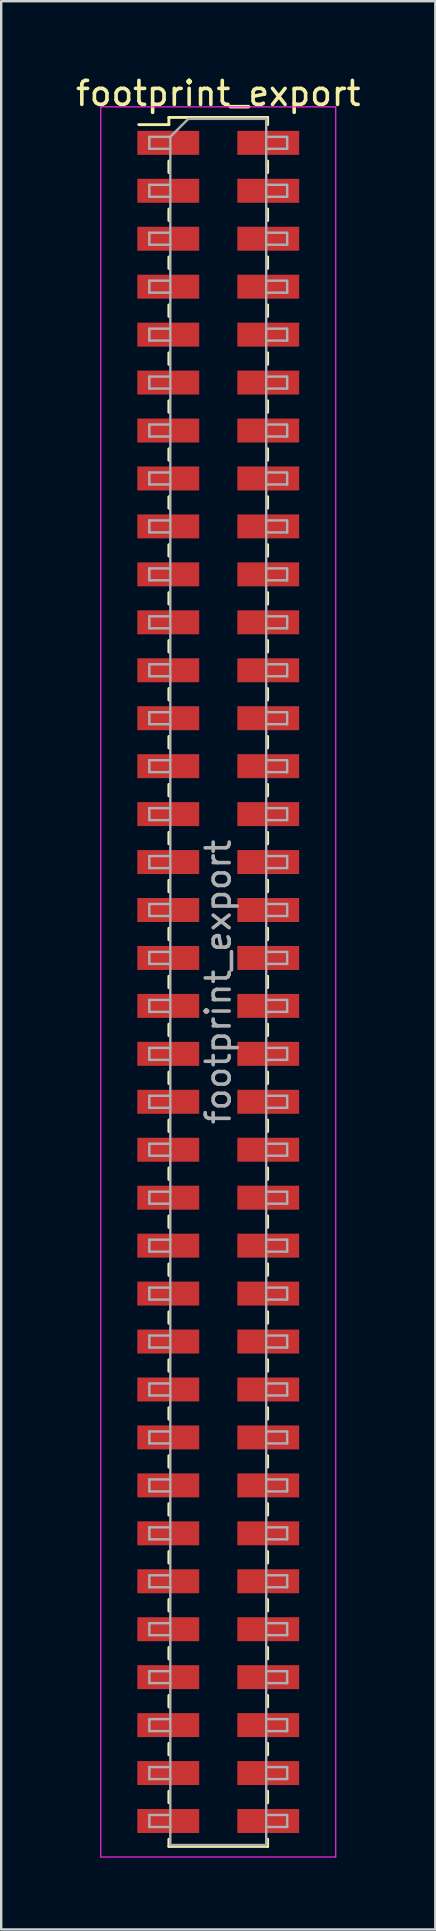
<source format=kicad_pcb>
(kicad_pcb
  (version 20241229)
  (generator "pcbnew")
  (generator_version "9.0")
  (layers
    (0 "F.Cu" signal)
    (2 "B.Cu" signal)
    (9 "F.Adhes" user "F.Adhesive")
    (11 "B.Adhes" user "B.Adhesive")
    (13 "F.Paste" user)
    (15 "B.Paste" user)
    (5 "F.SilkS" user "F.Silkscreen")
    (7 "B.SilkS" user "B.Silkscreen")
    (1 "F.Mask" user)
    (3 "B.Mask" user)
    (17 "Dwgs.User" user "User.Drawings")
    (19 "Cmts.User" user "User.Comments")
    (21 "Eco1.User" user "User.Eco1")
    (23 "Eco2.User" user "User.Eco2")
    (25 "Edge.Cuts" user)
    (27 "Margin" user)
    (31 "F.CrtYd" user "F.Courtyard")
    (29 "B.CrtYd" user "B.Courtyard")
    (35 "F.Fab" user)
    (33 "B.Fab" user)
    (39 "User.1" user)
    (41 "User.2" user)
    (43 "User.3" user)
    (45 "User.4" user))
  (footprint "footprint_export"
    (layer "F.Cu")
    (at 6.054 37.908)
    (property "Reference" "footprint_export" (at 0 -37.06 0) (layer "F.SilkS") (effects (font (size 1 1) (thickness 0.15))))
    (attr smd)
    (fp_line (start -3.315 -35.76) (end -2.06 -35.76) (stroke (width 0.12) (type solid)) (layer "F.SilkS"))
    (fp_line (start -2.06 -36.06) (end -2.06 -35.76) (stroke (width 0.12) (type solid)) (layer "F.SilkS"))
    (fp_line (start -2.06 -36.06) (end 2.06 -36.06) (stroke (width 0.12) (type solid)) (layer "F.SilkS"))
    (fp_line (start -2.06 -34.24) (end -2.06 -33.76) (stroke (width 0.12) (type solid)) (layer "F.SilkS"))
    (fp_line (start -2.06 -32.24) (end -2.06 -31.76) (stroke (width 0.12) (type solid)) (layer "F.SilkS"))
    (fp_line (start -2.06 -30.24) (end -2.06 -29.76) (stroke (width 0.12) (type solid)) (layer "F.SilkS"))
    (fp_line (start -2.06 -28.24) (end -2.06 -27.76) (stroke (width 0.12) (type solid)) (layer "F.SilkS"))
    (fp_line (start -2.06 -26.24) (end -2.06 -25.76) (stroke (width 0.12) (type solid)) (layer "F.SilkS"))
    (fp_line (start -2.06 -24.24) (end -2.06 -23.76) (stroke (width 0.12) (type solid)) (layer "F.SilkS"))
    (fp_line (start -2.06 -22.24) (end -2.06 -21.76) (stroke (width 0.12) (type solid)) (layer "F.SilkS"))
    (fp_line (start -2.06 -20.24) (end -2.06 -19.76) (stroke (width 0.12) (type solid)) (layer "F.SilkS"))
    (fp_line (start -2.06 -18.24) (end -2.06 -17.76) (stroke (width 0.12) (type solid)) (layer "F.SilkS"))
    (fp_line (start -2.06 -16.24) (end -2.06 -15.76) (stroke (width 0.12) (type solid)) (layer "F.SilkS"))
    (fp_line (start -2.06 -14.24) (end -2.06 -13.76) (stroke (width 0.12) (type solid)) (layer "F.SilkS"))
    (fp_line (start -2.06 -12.24) (end -2.06 -11.76) (stroke (width 0.12) (type solid)) (layer "F.SilkS"))
    (fp_line (start -2.06 -10.24) (end -2.06 -9.76) (stroke (width 0.12) (type solid)) (layer "F.SilkS"))
    (fp_line (start -2.06 -8.24) (end -2.06 -7.76) (stroke (width 0.12) (type solid)) (layer "F.SilkS"))
    (fp_line (start -2.06 -6.24) (end -2.06 -5.76) (stroke (width 0.12) (type solid)) (layer "F.SilkS"))
    (fp_line (start -2.06 -4.24) (end -2.06 -3.76) (stroke (width 0.12) (type solid)) (layer "F.SilkS"))
    (fp_line (start -2.06 -2.24) (end -2.06 -1.76) (stroke (width 0.12) (type solid)) (layer "F.SilkS"))
    (fp_line (start -2.06 -0.24) (end -2.06 0.24) (stroke (width 0.12) (type solid)) (layer "F.SilkS"))
    (fp_line (start -2.06 1.76) (end -2.06 2.24) (stroke (width 0.12) (type solid)) (layer "F.SilkS"))
    (fp_line (start -2.06 3.76) (end -2.06 4.24) (stroke (width 0.12) (type solid)) (layer "F.SilkS"))
    (fp_line (start -2.06 5.76) (end -2.06 6.24) (stroke (width 0.12) (type solid)) (layer "F.SilkS"))
    (fp_line (start -2.06 7.76) (end -2.06 8.24) (stroke (width 0.12) (type solid)) (layer "F.SilkS"))
    (fp_line (start -2.06 9.76) (end -2.06 10.24) (stroke (width 0.12) (type solid)) (layer "F.SilkS"))
    (fp_line (start -2.06 11.76) (end -2.06 12.24) (stroke (width 0.12) (type solid)) (layer "F.SilkS"))
    (fp_line (start -2.06 13.76) (end -2.06 14.24) (stroke (width 0.12) (type solid)) (layer "F.SilkS"))
    (fp_line (start -2.06 15.76) (end -2.06 16.24) (stroke (width 0.12) (type solid)) (layer "F.SilkS"))
    (fp_line (start -2.06 17.76) (end -2.06 18.24) (stroke (width 0.12) (type solid)) (layer "F.SilkS"))
    (fp_line (start -2.06 19.76) (end -2.06 20.24) (stroke (width 0.12) (type solid)) (layer "F.SilkS"))
    (fp_line (start -2.06 21.76) (end -2.06 22.24) (stroke (width 0.12) (type solid)) (layer "F.SilkS"))
    (fp_line (start -2.06 23.76) (end -2.06 24.24) (stroke (width 0.12) (type solid)) (layer "F.SilkS"))
    (fp_line (start -2.06 25.76) (end -2.06 26.24) (stroke (width 0.12) (type solid)) (layer "F.SilkS"))
    (fp_line (start -2.06 27.76) (end -2.06 28.24) (stroke (width 0.12) (type solid)) (layer "F.SilkS"))
    (fp_line (start -2.06 29.76) (end -2.06 30.24) (stroke (width 0.12) (type solid)) (layer "F.SilkS"))
    (fp_line (start -2.06 31.76) (end -2.06 32.24) (stroke (width 0.12) (type solid)) (layer "F.SilkS"))
    (fp_line (start -2.06 33.76) (end -2.06 34.24) (stroke (width 0.12) (type solid)) (layer "F.SilkS"))
    (fp_line (start -2.06 35.76) (end -2.06 36.06) (stroke (width 0.12) (type solid)) (layer "F.SilkS"))
    (fp_line (start -2.06 36.06) (end 2.06 36.06) (stroke (width 0.12) (type solid)) (layer "F.SilkS"))
    (fp_line (start 2.06 -36.06) (end 2.06 -35.76) (stroke (width 0.12) (type solid)) (layer "F.SilkS"))
    (fp_line (start 2.06 -34.24) (end 2.06 -33.76) (stroke (width 0.12) (type solid)) (layer "F.SilkS"))
    (fp_line (start 2.06 -32.24) (end 2.06 -31.76) (stroke (width 0.12) (type solid)) (layer "F.SilkS"))
    (fp_line (start 2.06 -30.24) (end 2.06 -29.76) (stroke (width 0.12) (type solid)) (layer "F.SilkS"))
    (fp_line (start 2.06 -28.24) (end 2.06 -27.76) (stroke (width 0.12) (type solid)) (layer "F.SilkS"))
    (fp_line (start 2.06 -26.24) (end 2.06 -25.76) (stroke (width 0.12) (type solid)) (layer "F.SilkS"))
    (fp_line (start 2.06 -24.24) (end 2.06 -23.76) (stroke (width 0.12) (type solid)) (layer "F.SilkS"))
    (fp_line (start 2.06 -22.24) (end 2.06 -21.76) (stroke (width 0.12) (type solid)) (layer "F.SilkS"))
    (fp_line (start 2.06 -20.24) (end 2.06 -19.76) (stroke (width 0.12) (type solid)) (layer "F.SilkS"))
    (fp_line (start 2.06 -18.24) (end 2.06 -17.76) (stroke (width 0.12) (type solid)) (layer "F.SilkS"))
    (fp_line (start 2.06 -16.24) (end 2.06 -15.76) (stroke (width 0.12) (type solid)) (layer "F.SilkS"))
    (fp_line (start 2.06 -14.24) (end 2.06 -13.76) (stroke (width 0.12) (type solid)) (layer "F.SilkS"))
    (fp_line (start 2.06 -12.24) (end 2.06 -11.76) (stroke (width 0.12) (type solid)) (layer "F.SilkS"))
    (fp_line (start 2.06 -10.24) (end 2.06 -9.76) (stroke (width 0.12) (type solid)) (layer "F.SilkS"))
    (fp_line (start 2.06 -8.24) (end 2.06 -7.76) (stroke (width 0.12) (type solid)) (layer "F.SilkS"))
    (fp_line (start 2.06 -6.24) (end 2.06 -5.76) (stroke (width 0.12) (type solid)) (layer "F.SilkS"))
    (fp_line (start 2.06 -4.24) (end 2.06 -3.76) (stroke (width 0.12) (type solid)) (layer "F.SilkS"))
    (fp_line (start 2.06 -2.24) (end 2.06 -1.76) (stroke (width 0.12) (type solid)) (layer "F.SilkS"))
    (fp_line (start 2.06 -0.24) (end 2.06 0.24) (stroke (width 0.12) (type solid)) (layer "F.SilkS"))
    (fp_line (start 2.06 1.76) (end 2.06 2.24) (stroke (width 0.12) (type solid)) (layer "F.SilkS"))
    (fp_line (start 2.06 3.76) (end 2.06 4.24) (stroke (width 0.12) (type solid)) (layer "F.SilkS"))
    (fp_line (start 2.06 5.76) (end 2.06 6.24) (stroke (width 0.12) (type solid)) (layer "F.SilkS"))
    (fp_line (start 2.06 7.76) (end 2.06 8.24) (stroke (width 0.12) (type solid)) (layer "F.SilkS"))
    (fp_line (start 2.06 9.76) (end 2.06 10.24) (stroke (width 0.12) (type solid)) (layer "F.SilkS"))
    (fp_line (start 2.06 11.76) (end 2.06 12.24) (stroke (width 0.12) (type solid)) (layer "F.SilkS"))
    (fp_line (start 2.06 13.76) (end 2.06 14.24) (stroke (width 0.12) (type solid)) (layer "F.SilkS"))
    (fp_line (start 2.06 15.76) (end 2.06 16.24) (stroke (width 0.12) (type solid)) (layer "F.SilkS"))
    (fp_line (start 2.06 17.76) (end 2.06 18.24) (stroke (width 0.12) (type solid)) (layer "F.SilkS"))
    (fp_line (start 2.06 19.76) (end 2.06 20.24) (stroke (width 0.12) (type solid)) (layer "F.SilkS"))
    (fp_line (start 2.06 21.76) (end 2.06 22.24) (stroke (width 0.12) (type solid)) (layer "F.SilkS"))
    (fp_line (start 2.06 23.76) (end 2.06 24.24) (stroke (width 0.12) (type solid)) (layer "F.SilkS"))
    (fp_line (start 2.06 25.76) (end 2.06 26.24) (stroke (width 0.12) (type solid)) (layer "F.SilkS"))
    (fp_line (start 2.06 27.76) (end 2.06 28.24) (stroke (width 0.12) (type solid)) (layer "F.SilkS"))
    (fp_line (start 2.06 29.76) (end 2.06 30.24) (stroke (width 0.12) (type solid)) (layer "F.SilkS"))
    (fp_line (start 2.06 31.76) (end 2.06 32.24) (stroke (width 0.12) (type solid)) (layer "F.SilkS"))
    (fp_line (start 2.06 33.76) (end 2.06 34.24) (stroke (width 0.12) (type solid)) (layer "F.SilkS"))
    (fp_line (start 2.06 35.76) (end 2.06 36.06) (stroke (width 0.12) (type solid)) (layer "F.SilkS"))
    (fp_line (start -4.9 -36.5) (end -4.9 36.5) (stroke (width 0.05) (type solid)) (layer "F.CrtYd"))
    (fp_line (start -4.9 36.5) (end 4.9 36.5) (stroke (width 0.05) (type solid)) (layer "F.CrtYd"))
    (fp_line (start 4.9 -36.5) (end -4.9 -36.5) (stroke (width 0.05) (type solid)) (layer "F.CrtYd"))
    (fp_line (start 4.9 36.5) (end 4.9 -36.5) (stroke (width 0.05) (type solid)) (layer "F.CrtYd"))
    (fp_line (start -2.875 -35.25) (end -2.875 -34.75) (stroke (width 0.1) (type solid)) (layer "F.Fab"))
    (fp_line (start -2.875 -34.75) (end -2 -34.75) (stroke (width 0.1) (type solid)) (layer "F.Fab"))
    (fp_line (start -2.875 -33.25) (end -2.875 -32.75) (stroke (width 0.1) (type solid)) (layer "F.Fab"))
    (fp_line (start -2.875 -32.75) (end -2 -32.75) (stroke (width 0.1) (type solid)) (layer "F.Fab"))
    (fp_line (start -2.875 -31.25) (end -2.875 -30.75) (stroke (width 0.1) (type solid)) (layer "F.Fab"))
    (fp_line (start -2.875 -30.75) (end -2 -30.75) (stroke (width 0.1) (type solid)) (layer "F.Fab"))
    (fp_line (start -2.875 -29.25) (end -2.875 -28.75) (stroke (width 0.1) (type solid)) (layer "F.Fab"))
    (fp_line (start -2.875 -28.75) (end -2 -28.75) (stroke (width 0.1) (type solid)) (layer "F.Fab"))
    (fp_line (start -2.875 -27.25) (end -2.875 -26.75) (stroke (width 0.1) (type solid)) (layer "F.Fab"))
    (fp_line (start -2.875 -26.75) (end -2 -26.75) (stroke (width 0.1) (type solid)) (layer "F.Fab"))
    (fp_line (start -2.875 -25.25) (end -2.875 -24.75) (stroke (width 0.1) (type solid)) (layer "F.Fab"))
    (fp_line (start -2.875 -24.75) (end -2 -24.75) (stroke (width 0.1) (type solid)) (layer "F.Fab"))
    (fp_line (start -2.875 -23.25) (end -2.875 -22.75) (stroke (width 0.1) (type solid)) (layer "F.Fab"))
    (fp_line (start -2.875 -22.75) (end -2 -22.75) (stroke (width 0.1) (type solid)) (layer "F.Fab"))
    (fp_line (start -2.875 -21.25) (end -2.875 -20.75) (stroke (width 0.1) (type solid)) (layer "F.Fab"))
    (fp_line (start -2.875 -20.75) (end -2 -20.75) (stroke (width 0.1) (type solid)) (layer "F.Fab"))
    (fp_line (start -2.875 -19.25) (end -2.875 -18.75) (stroke (width 0.1) (type solid)) (layer "F.Fab"))
    (fp_line (start -2.875 -18.75) (end -2 -18.75) (stroke (width 0.1) (type solid)) (layer "F.Fab"))
    (fp_line (start -2.875 -17.25) (end -2.875 -16.75) (stroke (width 0.1) (type solid)) (layer "F.Fab"))
    (fp_line (start -2.875 -16.75) (end -2 -16.75) (stroke (width 0.1) (type solid)) (layer "F.Fab"))
    (fp_line (start -2.875 -15.25) (end -2.875 -14.75) (stroke (width 0.1) (type solid)) (layer "F.Fab"))
    (fp_line (start -2.875 -14.75) (end -2 -14.75) (stroke (width 0.1) (type solid)) (layer "F.Fab"))
    (fp_line (start -2.875 -13.25) (end -2.875 -12.75) (stroke (width 0.1) (type solid)) (layer "F.Fab"))
    (fp_line (start -2.875 -12.75) (end -2 -12.75) (stroke (width 0.1) (type solid)) (layer "F.Fab"))
    (fp_line (start -2.875 -11.25) (end -2.875 -10.75) (stroke (width 0.1) (type solid)) (layer "F.Fab"))
    (fp_line (start -2.875 -10.75) (end -2 -10.75) (stroke (width 0.1) (type solid)) (layer "F.Fab"))
    (fp_line (start -2.875 -9.25) (end -2.875 -8.75) (stroke (width 0.1) (type solid)) (layer "F.Fab"))
    (fp_line (start -2.875 -8.75) (end -2 -8.75) (stroke (width 0.1) (type solid)) (layer "F.Fab"))
    (fp_line (start -2.875 -7.25) (end -2.875 -6.75) (stroke (width 0.1) (type solid)) (layer "F.Fab"))
    (fp_line (start -2.875 -6.75) (end -2 -6.75) (stroke (width 0.1) (type solid)) (layer "F.Fab"))
    (fp_line (start -2.875 -5.25) (end -2.875 -4.75) (stroke (width 0.1) (type solid)) (layer "F.Fab"))
    (fp_line (start -2.875 -4.75) (end -2 -4.75) (stroke (width 0.1) (type solid)) (layer "F.Fab"))
    (fp_line (start -2.875 -3.25) (end -2.875 -2.75) (stroke (width 0.1) (type solid)) (layer "F.Fab"))
    (fp_line (start -2.875 -2.75) (end -2 -2.75) (stroke (width 0.1) (type solid)) (layer "F.Fab"))
    (fp_line (start -2.875 -1.25) (end -2.875 -0.75) (stroke (width 0.1) (type solid)) (layer "F.Fab"))
    (fp_line (start -2.875 -0.75) (end -2 -0.75) (stroke (width 0.1) (type solid)) (layer "F.Fab"))
    (fp_line (start -2.875 0.75) (end -2.875 1.25) (stroke (width 0.1) (type solid)) (layer "F.Fab"))
    (fp_line (start -2.875 1.25) (end -2 1.25) (stroke (width 0.1) (type solid)) (layer "F.Fab"))
    (fp_line (start -2.875 2.75) (end -2.875 3.25) (stroke (width 0.1) (type solid)) (layer "F.Fab"))
    (fp_line (start -2.875 3.25) (end -2 3.25) (stroke (width 0.1) (type solid)) (layer "F.Fab"))
    (fp_line (start -2.875 4.75) (end -2.875 5.25) (stroke (width 0.1) (type solid)) (layer "F.Fab"))
    (fp_line (start -2.875 5.25) (end -2 5.25) (stroke (width 0.1) (type solid)) (layer "F.Fab"))
    (fp_line (start -2.875 6.75) (end -2.875 7.25) (stroke (width 0.1) (type solid)) (layer "F.Fab"))
    (fp_line (start -2.875 7.25) (end -2 7.25) (stroke (width 0.1) (type solid)) (layer "F.Fab"))
    (fp_line (start -2.875 8.75) (end -2.875 9.25) (stroke (width 0.1) (type solid)) (layer "F.Fab"))
    (fp_line (start -2.875 9.25) (end -2 9.25) (stroke (width 0.1) (type solid)) (layer "F.Fab"))
    (fp_line (start -2.875 10.75) (end -2.875 11.25) (stroke (width 0.1) (type solid)) (layer "F.Fab"))
    (fp_line (start -2.875 11.25) (end -2 11.25) (stroke (width 0.1) (type solid)) (layer "F.Fab"))
    (fp_line (start -2.875 12.75) (end -2.875 13.25) (stroke (width 0.1) (type solid)) (layer "F.Fab"))
    (fp_line (start -2.875 13.25) (end -2 13.25) (stroke (width 0.1) (type solid)) (layer "F.Fab"))
    (fp_line (start -2.875 14.75) (end -2.875 15.25) (stroke (width 0.1) (type solid)) (layer "F.Fab"))
    (fp_line (start -2.875 15.25) (end -2 15.25) (stroke (width 0.1) (type solid)) (layer "F.Fab"))
    (fp_line (start -2.875 16.75) (end -2.875 17.25) (stroke (width 0.1) (type solid)) (layer "F.Fab"))
    (fp_line (start -2.875 17.25) (end -2 17.25) (stroke (width 0.1) (type solid)) (layer "F.Fab"))
    (fp_line (start -2.875 18.75) (end -2.875 19.25) (stroke (width 0.1) (type solid)) (layer "F.Fab"))
    (fp_line (start -2.875 19.25) (end -2 19.25) (stroke (width 0.1) (type solid)) (layer "F.Fab"))
    (fp_line (start -2.875 20.75) (end -2.875 21.25) (stroke (width 0.1) (type solid)) (layer "F.Fab"))
    (fp_line (start -2.875 21.25) (end -2 21.25) (stroke (width 0.1) (type solid)) (layer "F.Fab"))
    (fp_line (start -2.875 22.75) (end -2.875 23.25) (stroke (width 0.1) (type solid)) (layer "F.Fab"))
    (fp_line (start -2.875 23.25) (end -2 23.25) (stroke (width 0.1) (type solid)) (layer "F.Fab"))
    (fp_line (start -2.875 24.75) (end -2.875 25.25) (stroke (width 0.1) (type solid)) (layer "F.Fab"))
    (fp_line (start -2.875 25.25) (end -2 25.25) (stroke (width 0.1) (type solid)) (layer "F.Fab"))
    (fp_line (start -2.875 26.75) (end -2.875 27.25) (stroke (width 0.1) (type solid)) (layer "F.Fab"))
    (fp_line (start -2.875 27.25) (end -2 27.25) (stroke (width 0.1) (type solid)) (layer "F.Fab"))
    (fp_line (start -2.875 28.75) (end -2.875 29.25) (stroke (width 0.1) (type solid)) (layer "F.Fab"))
    (fp_line (start -2.875 29.25) (end -2 29.25) (stroke (width 0.1) (type solid)) (layer "F.Fab"))
    (fp_line (start -2.875 30.75) (end -2.875 31.25) (stroke (width 0.1) (type solid)) (layer "F.Fab"))
    (fp_line (start -2.875 31.25) (end -2 31.25) (stroke (width 0.1) (type solid)) (layer "F.Fab"))
    (fp_line (start -2.875 32.75) (end -2.875 33.25) (stroke (width 0.1) (type solid)) (layer "F.Fab"))
    (fp_line (start -2.875 33.25) (end -2 33.25) (stroke (width 0.1) (type solid)) (layer "F.Fab"))
    (fp_line (start -2.875 34.75) (end -2.875 35.25) (stroke (width 0.1) (type solid)) (layer "F.Fab"))
    (fp_line (start -2.875 35.25) (end -2 35.25) (stroke (width 0.1) (type solid)) (layer "F.Fab"))
    (fp_line (start -2 -35.25) (end -2.875 -35.25) (stroke (width 0.1) (type solid)) (layer "F.Fab"))
    (fp_line (start -2 -35.25) (end -1.25 -36) (stroke (width 0.1) (type solid)) (layer "F.Fab"))
    (fp_line (start -2 -33.25) (end -2.875 -33.25) (stroke (width 0.1) (type solid)) (layer "F.Fab"))
    (fp_line (start -2 -31.25) (end -2.875 -31.25) (stroke (width 0.1) (type solid)) (layer "F.Fab"))
    (fp_line (start -2 -29.25) (end -2.875 -29.25) (stroke (width 0.1) (type solid)) (layer "F.Fab"))
    (fp_line (start -2 -27.25) (end -2.875 -27.25) (stroke (width 0.1) (type solid)) (layer "F.Fab"))
    (fp_line (start -2 -25.25) (end -2.875 -25.25) (stroke (width 0.1) (type solid)) (layer "F.Fab"))
    (fp_line (start -2 -23.25) (end -2.875 -23.25) (stroke (width 0.1) (type solid)) (layer "F.Fab"))
    (fp_line (start -2 -21.25) (end -2.875 -21.25) (stroke (width 0.1) (type solid)) (layer "F.Fab"))
    (fp_line (start -2 -19.25) (end -2.875 -19.25) (stroke (width 0.1) (type solid)) (layer "F.Fab"))
    (fp_line (start -2 -17.25) (end -2.875 -17.25) (stroke (width 0.1) (type solid)) (layer "F.Fab"))
    (fp_line (start -2 -15.25) (end -2.875 -15.25) (stroke (width 0.1) (type solid)) (layer "F.Fab"))
    (fp_line (start -2 -13.25) (end -2.875 -13.25) (stroke (width 0.1) (type solid)) (layer "F.Fab"))
    (fp_line (start -2 -11.25) (end -2.875 -11.25) (stroke (width 0.1) (type solid)) (layer "F.Fab"))
    (fp_line (start -2 -9.25) (end -2.875 -9.25) (stroke (width 0.1) (type solid)) (layer "F.Fab"))
    (fp_line (start -2 -7.25) (end -2.875 -7.25) (stroke (width 0.1) (type solid)) (layer "F.Fab"))
    (fp_line (start -2 -5.25) (end -2.875 -5.25) (stroke (width 0.1) (type solid)) (layer "F.Fab"))
    (fp_line (start -2 -3.25) (end -2.875 -3.25) (stroke (width 0.1) (type solid)) (layer "F.Fab"))
    (fp_line (start -2 -1.25) (end -2.875 -1.25) (stroke (width 0.1) (type solid)) (layer "F.Fab"))
    (fp_line (start -2 0.75) (end -2.875 0.75) (stroke (width 0.1) (type solid)) (layer "F.Fab"))
    (fp_line (start -2 2.75) (end -2.875 2.75) (stroke (width 0.1) (type solid)) (layer "F.Fab"))
    (fp_line (start -2 4.75) (end -2.875 4.75) (stroke (width 0.1) (type solid)) (layer "F.Fab"))
    (fp_line (start -2 6.75) (end -2.875 6.75) (stroke (width 0.1) (type solid)) (layer "F.Fab"))
    (fp_line (start -2 8.75) (end -2.875 8.75) (stroke (width 0.1) (type solid)) (layer "F.Fab"))
    (fp_line (start -2 10.75) (end -2.875 10.75) (stroke (width 0.1) (type solid)) (layer "F.Fab"))
    (fp_line (start -2 12.75) (end -2.875 12.75) (stroke (width 0.1) (type solid)) (layer "F.Fab"))
    (fp_line (start -2 14.75) (end -2.875 14.75) (stroke (width 0.1) (type solid)) (layer "F.Fab"))
    (fp_line (start -2 16.75) (end -2.875 16.75) (stroke (width 0.1) (type solid)) (layer "F.Fab"))
    (fp_line (start -2 18.75) (end -2.875 18.75) (stroke (width 0.1) (type solid)) (layer "F.Fab"))
    (fp_line (start -2 20.75) (end -2.875 20.75) (stroke (width 0.1) (type solid)) (layer "F.Fab"))
    (fp_line (start -2 22.75) (end -2.875 22.75) (stroke (width 0.1) (type solid)) (layer "F.Fab"))
    (fp_line (start -2 24.75) (end -2.875 24.75) (stroke (width 0.1) (type solid)) (layer "F.Fab"))
    (fp_line (start -2 26.75) (end -2.875 26.75) (stroke (width 0.1) (type solid)) (layer "F.Fab"))
    (fp_line (start -2 28.75) (end -2.875 28.75) (stroke (width 0.1) (type solid)) (layer "F.Fab"))
    (fp_line (start -2 30.75) (end -2.875 30.75) (stroke (width 0.1) (type solid)) (layer "F.Fab"))
    (fp_line (start -2 32.75) (end -2.875 32.75) (stroke (width 0.1) (type solid)) (layer "F.Fab"))
    (fp_line (start -2 34.75) (end -2.875 34.75) (stroke (width 0.1) (type solid)) (layer "F.Fab"))
    (fp_line (start -2 36) (end -2 -35.25) (stroke (width 0.1) (type solid)) (layer "F.Fab"))
    (fp_line (start -1.25 -36) (end 2 -36) (stroke (width 0.1) (type solid)) (layer "F.Fab"))
    (fp_line (start 2 -36) (end 2 36) (stroke (width 0.1) (type solid)) (layer "F.Fab"))
    (fp_line (start 2 -35.25) (end 2.875 -35.25) (stroke (width 0.1) (type solid)) (layer "F.Fab"))
    (fp_line (start 2 -33.25) (end 2.875 -33.25) (stroke (width 0.1) (type solid)) (layer "F.Fab"))
    (fp_line (start 2 -31.25) (end 2.875 -31.25) (stroke (width 0.1) (type solid)) (layer "F.Fab"))
    (fp_line (start 2 -29.25) (end 2.875 -29.25) (stroke (width 0.1) (type solid)) (layer "F.Fab"))
    (fp_line (start 2 -27.25) (end 2.875 -27.25) (stroke (width 0.1) (type solid)) (layer "F.Fab"))
    (fp_line (start 2 -25.25) (end 2.875 -25.25) (stroke (width 0.1) (type solid)) (layer "F.Fab"))
    (fp_line (start 2 -23.25) (end 2.875 -23.25) (stroke (width 0.1) (type solid)) (layer "F.Fab"))
    (fp_line (start 2 -21.25) (end 2.875 -21.25) (stroke (width 0.1) (type solid)) (layer "F.Fab"))
    (fp_line (start 2 -19.25) (end 2.875 -19.25) (stroke (width 0.1) (type solid)) (layer "F.Fab"))
    (fp_line (start 2 -17.25) (end 2.875 -17.25) (stroke (width 0.1) (type solid)) (layer "F.Fab"))
    (fp_line (start 2 -15.25) (end 2.875 -15.25) (stroke (width 0.1) (type solid)) (layer "F.Fab"))
    (fp_line (start 2 -13.25) (end 2.875 -13.25) (stroke (width 0.1) (type solid)) (layer "F.Fab"))
    (fp_line (start 2 -11.25) (end 2.875 -11.25) (stroke (width 0.1) (type solid)) (layer "F.Fab"))
    (fp_line (start 2 -9.25) (end 2.875 -9.25) (stroke (width 0.1) (type solid)) (layer "F.Fab"))
    (fp_line (start 2 -7.25) (end 2.875 -7.25) (stroke (width 0.1) (type solid)) (layer "F.Fab"))
    (fp_line (start 2 -5.25) (end 2.875 -5.25) (stroke (width 0.1) (type solid)) (layer "F.Fab"))
    (fp_line (start 2 -3.25) (end 2.875 -3.25) (stroke (width 0.1) (type solid)) (layer "F.Fab"))
    (fp_line (start 2 -1.25) (end 2.875 -1.25) (stroke (width 0.1) (type solid)) (layer "F.Fab"))
    (fp_line (start 2 0.75) (end 2.875 0.75) (stroke (width 0.1) (type solid)) (layer "F.Fab"))
    (fp_line (start 2 2.75) (end 2.875 2.75) (stroke (width 0.1) (type solid)) (layer "F.Fab"))
    (fp_line (start 2 4.75) (end 2.875 4.75) (stroke (width 0.1) (type solid)) (layer "F.Fab"))
    (fp_line (start 2 6.75) (end 2.875 6.75) (stroke (width 0.1) (type solid)) (layer "F.Fab"))
    (fp_line (start 2 8.75) (end 2.875 8.75) (stroke (width 0.1) (type solid)) (layer "F.Fab"))
    (fp_line (start 2 10.75) (end 2.875 10.75) (stroke (width 0.1) (type solid)) (layer "F.Fab"))
    (fp_line (start 2 12.75) (end 2.875 12.75) (stroke (width 0.1) (type solid)) (layer "F.Fab"))
    (fp_line (start 2 14.75) (end 2.875 14.75) (stroke (width 0.1) (type solid)) (layer "F.Fab"))
    (fp_line (start 2 16.75) (end 2.875 16.75) (stroke (width 0.1) (type solid)) (layer "F.Fab"))
    (fp_line (start 2 18.75) (end 2.875 18.75) (stroke (width 0.1) (type solid)) (layer "F.Fab"))
    (fp_line (start 2 20.75) (end 2.875 20.75) (stroke (width 0.1) (type solid)) (layer "F.Fab"))
    (fp_line (start 2 22.75) (end 2.875 22.75) (stroke (width 0.1) (type solid)) (layer "F.Fab"))
    (fp_line (start 2 24.75) (end 2.875 24.75) (stroke (width 0.1) (type solid)) (layer "F.Fab"))
    (fp_line (start 2 26.75) (end 2.875 26.75) (stroke (width 0.1) (type solid)) (layer "F.Fab"))
    (fp_line (start 2 28.75) (end 2.875 28.75) (stroke (width 0.1) (type solid)) (layer "F.Fab"))
    (fp_line (start 2 30.75) (end 2.875 30.75) (stroke (width 0.1) (type solid)) (layer "F.Fab"))
    (fp_line (start 2 32.75) (end 2.875 32.75) (stroke (width 0.1) (type solid)) (layer "F.Fab"))
    (fp_line (start 2 34.75) (end 2.875 34.75) (stroke (width 0.1) (type solid)) (layer "F.Fab"))
    (fp_line (start 2 36) (end -2 36) (stroke (width 0.1) (type solid)) (layer "F.Fab"))
    (fp_line (start 2.875 -35.25) (end 2.875 -34.75) (stroke (width 0.1) (type solid)) (layer "F.Fab"))
    (fp_line (start 2.875 -34.75) (end 2 -34.75) (stroke (width 0.1) (type solid)) (layer "F.Fab"))
    (fp_line (start 2.875 -33.25) (end 2.875 -32.75) (stroke (width 0.1) (type solid)) (layer "F.Fab"))
    (fp_line (start 2.875 -32.75) (end 2 -32.75) (stroke (width 0.1) (type solid)) (layer "F.Fab"))
    (fp_line (start 2.875 -31.25) (end 2.875 -30.75) (stroke (width 0.1) (type solid)) (layer "F.Fab"))
    (fp_line (start 2.875 -30.75) (end 2 -30.75) (stroke (width 0.1) (type solid)) (layer "F.Fab"))
    (fp_line (start 2.875 -29.25) (end 2.875 -28.75) (stroke (width 0.1) (type solid)) (layer "F.Fab"))
    (fp_line (start 2.875 -28.75) (end 2 -28.75) (stroke (width 0.1) (type solid)) (layer "F.Fab"))
    (fp_line (start 2.875 -27.25) (end 2.875 -26.75) (stroke (width 0.1) (type solid)) (layer "F.Fab"))
    (fp_line (start 2.875 -26.75) (end 2 -26.75) (stroke (width 0.1) (type solid)) (layer "F.Fab"))
    (fp_line (start 2.875 -25.25) (end 2.875 -24.75) (stroke (width 0.1) (type solid)) (layer "F.Fab"))
    (fp_line (start 2.875 -24.75) (end 2 -24.75) (stroke (width 0.1) (type solid)) (layer "F.Fab"))
    (fp_line (start 2.875 -23.25) (end 2.875 -22.75) (stroke (width 0.1) (type solid)) (layer "F.Fab"))
    (fp_line (start 2.875 -22.75) (end 2 -22.75) (stroke (width 0.1) (type solid)) (layer "F.Fab"))
    (fp_line (start 2.875 -21.25) (end 2.875 -20.75) (stroke (width 0.1) (type solid)) (layer "F.Fab"))
    (fp_line (start 2.875 -20.75) (end 2 -20.75) (stroke (width 0.1) (type solid)) (layer "F.Fab"))
    (fp_line (start 2.875 -19.25) (end 2.875 -18.75) (stroke (width 0.1) (type solid)) (layer "F.Fab"))
    (fp_line (start 2.875 -18.75) (end 2 -18.75) (stroke (width 0.1) (type solid)) (layer "F.Fab"))
    (fp_line (start 2.875 -17.25) (end 2.875 -16.75) (stroke (width 0.1) (type solid)) (layer "F.Fab"))
    (fp_line (start 2.875 -16.75) (end 2 -16.75) (stroke (width 0.1) (type solid)) (layer "F.Fab"))
    (fp_line (start 2.875 -15.25) (end 2.875 -14.75) (stroke (width 0.1) (type solid)) (layer "F.Fab"))
    (fp_line (start 2.875 -14.75) (end 2 -14.75) (stroke (width 0.1) (type solid)) (layer "F.Fab"))
    (fp_line (start 2.875 -13.25) (end 2.875 -12.75) (stroke (width 0.1) (type solid)) (layer "F.Fab"))
    (fp_line (start 2.875 -12.75) (end 2 -12.75) (stroke (width 0.1) (type solid)) (layer "F.Fab"))
    (fp_line (start 2.875 -11.25) (end 2.875 -10.75) (stroke (width 0.1) (type solid)) (layer "F.Fab"))
    (fp_line (start 2.875 -10.75) (end 2 -10.75) (stroke (width 0.1) (type solid)) (layer "F.Fab"))
    (fp_line (start 2.875 -9.25) (end 2.875 -8.75) (stroke (width 0.1) (type solid)) (layer "F.Fab"))
    (fp_line (start 2.875 -8.75) (end 2 -8.75) (stroke (width 0.1) (type solid)) (layer "F.Fab"))
    (fp_line (start 2.875 -7.25) (end 2.875 -6.75) (stroke (width 0.1) (type solid)) (layer "F.Fab"))
    (fp_line (start 2.875 -6.75) (end 2 -6.75) (stroke (width 0.1) (type solid)) (layer "F.Fab"))
    (fp_line (start 2.875 -5.25) (end 2.875 -4.75) (stroke (width 0.1) (type solid)) (layer "F.Fab"))
    (fp_line (start 2.875 -4.75) (end 2 -4.75) (stroke (width 0.1) (type solid)) (layer "F.Fab"))
    (fp_line (start 2.875 -3.25) (end 2.875 -2.75) (stroke (width 0.1) (type solid)) (layer "F.Fab"))
    (fp_line (start 2.875 -2.75) (end 2 -2.75) (stroke (width 0.1) (type solid)) (layer "F.Fab"))
    (fp_line (start 2.875 -1.25) (end 2.875 -0.75) (stroke (width 0.1) (type solid)) (layer "F.Fab"))
    (fp_line (start 2.875 -0.75) (end 2 -0.75) (stroke (width 0.1) (type solid)) (layer "F.Fab"))
    (fp_line (start 2.875 0.75) (end 2.875 1.25) (stroke (width 0.1) (type solid)) (layer "F.Fab"))
    (fp_line (start 2.875 1.25) (end 2 1.25) (stroke (width 0.1) (type solid)) (layer "F.Fab"))
    (fp_line (start 2.875 2.75) (end 2.875 3.25) (stroke (width 0.1) (type solid)) (layer "F.Fab"))
    (fp_line (start 2.875 3.25) (end 2 3.25) (stroke (width 0.1) (type solid)) (layer "F.Fab"))
    (fp_line (start 2.875 4.75) (end 2.875 5.25) (stroke (width 0.1) (type solid)) (layer "F.Fab"))
    (fp_line (start 2.875 5.25) (end 2 5.25) (stroke (width 0.1) (type solid)) (layer "F.Fab"))
    (fp_line (start 2.875 6.75) (end 2.875 7.25) (stroke (width 0.1) (type solid)) (layer "F.Fab"))
    (fp_line (start 2.875 7.25) (end 2 7.25) (stroke (width 0.1) (type solid)) (layer "F.Fab"))
    (fp_line (start 2.875 8.75) (end 2.875 9.25) (stroke (width 0.1) (type solid)) (layer "F.Fab"))
    (fp_line (start 2.875 9.25) (end 2 9.25) (stroke (width 0.1) (type solid)) (layer "F.Fab"))
    (fp_line (start 2.875 10.75) (end 2.875 11.25) (stroke (width 0.1) (type solid)) (layer "F.Fab"))
    (fp_line (start 2.875 11.25) (end 2 11.25) (stroke (width 0.1) (type solid)) (layer "F.Fab"))
    (fp_line (start 2.875 12.75) (end 2.875 13.25) (stroke (width 0.1) (type solid)) (layer "F.Fab"))
    (fp_line (start 2.875 13.25) (end 2 13.25) (stroke (width 0.1) (type solid)) (layer "F.Fab"))
    (fp_line (start 2.875 14.75) (end 2.875 15.25) (stroke (width 0.1) (type solid)) (layer "F.Fab"))
    (fp_line (start 2.875 15.25) (end 2 15.25) (stroke (width 0.1) (type solid)) (layer "F.Fab"))
    (fp_line (start 2.875 16.75) (end 2.875 17.25) (stroke (width 0.1) (type solid)) (layer "F.Fab"))
    (fp_line (start 2.875 17.25) (end 2 17.25) (stroke (width 0.1) (type solid)) (layer "F.Fab"))
    (fp_line (start 2.875 18.75) (end 2.875 19.25) (stroke (width 0.1) (type solid)) (layer "F.Fab"))
    (fp_line (start 2.875 19.25) (end 2 19.25) (stroke (width 0.1) (type solid)) (layer "F.Fab"))
    (fp_line (start 2.875 20.75) (end 2.875 21.25) (stroke (width 0.1) (type solid)) (layer "F.Fab"))
    (fp_line (start 2.875 21.25) (end 2 21.25) (stroke (width 0.1) (type solid)) (layer "F.Fab"))
    (fp_line (start 2.875 22.75) (end 2.875 23.25) (stroke (width 0.1) (type solid)) (layer "F.Fab"))
    (fp_line (start 2.875 23.25) (end 2 23.25) (stroke (width 0.1) (type solid)) (layer "F.Fab"))
    (fp_line (start 2.875 24.75) (end 2.875 25.25) (stroke (width 0.1) (type solid)) (layer "F.Fab"))
    (fp_line (start 2.875 25.25) (end 2 25.25) (stroke (width 0.1) (type solid)) (layer "F.Fab"))
    (fp_line (start 2.875 26.75) (end 2.875 27.25) (stroke (width 0.1) (type solid)) (layer "F.Fab"))
    (fp_line (start 2.875 27.25) (end 2 27.25) (stroke (width 0.1) (type solid)) (layer "F.Fab"))
    (fp_line (start 2.875 28.75) (end 2.875 29.25) (stroke (width 0.1) (type solid)) (layer "F.Fab"))
    (fp_line (start 2.875 29.25) (end 2 29.25) (stroke (width 0.1) (type solid)) (layer "F.Fab"))
    (fp_line (start 2.875 30.75) (end 2.875 31.25) (stroke (width 0.1) (type solid)) (layer "F.Fab"))
    (fp_line (start 2.875 31.25) (end 2 31.25) (stroke (width 0.1) (type solid)) (layer "F.Fab"))
    (fp_line (start 2.875 32.75) (end 2.875 33.25) (stroke (width 0.1) (type solid)) (layer "F.Fab"))
    (fp_line (start 2.875 33.25) (end 2 33.25) (stroke (width 0.1) (type solid)) (layer "F.Fab"))
    (fp_line (start 2.875 34.75) (end 2.875 35.25) (stroke (width 0.1) (type solid)) (layer "F.Fab"))
    (fp_line (start 2.875 35.25) (end 2 35.25) (stroke (width 0.1) (type solid)) (layer "F.Fab"))
    (fp_text user "${REFERENCE}" (at 0 0 90) (layer "F.Fab") (effects (font (size 1 1) (thickness 0.15))))
    (pad "1" smd rect (at -2.085 -35) (size 2.58 1) (layers "F.Cu" "F.Mask" "F.Paste"))
    (pad "2" smd rect (at 2.085 -35) (size 2.58 1) (layers "F.Cu" "F.Mask" "F.Paste"))
    (pad "3" smd rect (at -2.085 -33) (size 2.58 1) (layers "F.Cu" "F.Mask" "F.Paste"))
    (pad "4" smd rect (at 2.085 -33) (size 2.58 1) (layers "F.Cu" "F.Mask" "F.Paste"))
    (pad "5" smd rect (at -2.085 -31) (size 2.58 1) (layers "F.Cu" "F.Mask" "F.Paste"))
    (pad "6" smd rect (at 2.085 -31) (size 2.58 1) (layers "F.Cu" "F.Mask" "F.Paste"))
    (pad "7" smd rect (at -2.085 -29) (size 2.58 1) (layers "F.Cu" "F.Mask" "F.Paste"))
    (pad "8" smd rect (at 2.085 -29) (size 2.58 1) (layers "F.Cu" "F.Mask" "F.Paste"))
    (pad "9" smd rect (at -2.085 -27) (size 2.58 1) (layers "F.Cu" "F.Mask" "F.Paste"))
    (pad "10" smd rect (at 2.085 -27) (size 2.58 1) (layers "F.Cu" "F.Mask" "F.Paste"))
    (pad "11" smd rect (at -2.085 -25) (size 2.58 1) (layers "F.Cu" "F.Mask" "F.Paste"))
    (pad "12" smd rect (at 2.085 -25) (size 2.58 1) (layers "F.Cu" "F.Mask" "F.Paste"))
    (pad "13" smd rect (at -2.085 -23) (size 2.58 1) (layers "F.Cu" "F.Mask" "F.Paste"))
    (pad "14" smd rect (at 2.085 -23) (size 2.58 1) (layers "F.Cu" "F.Mask" "F.Paste"))
    (pad "15" smd rect (at -2.085 -21) (size 2.58 1) (layers "F.Cu" "F.Mask" "F.Paste"))
    (pad "16" smd rect (at 2.085 -21) (size 2.58 1) (layers "F.Cu" "F.Mask" "F.Paste"))
    (pad "17" smd rect (at -2.085 -19) (size 2.58 1) (layers "F.Cu" "F.Mask" "F.Paste"))
    (pad "18" smd rect (at 2.085 -19) (size 2.58 1) (layers "F.Cu" "F.Mask" "F.Paste"))
    (pad "19" smd rect (at -2.085 -17) (size 2.58 1) (layers "F.Cu" "F.Mask" "F.Paste"))
    (pad "20" smd rect (at 2.085 -17) (size 2.58 1) (layers "F.Cu" "F.Mask" "F.Paste"))
    (pad "21" smd rect (at -2.085 -15) (size 2.58 1) (layers "F.Cu" "F.Mask" "F.Paste"))
    (pad "22" smd rect (at 2.085 -15) (size 2.58 1) (layers "F.Cu" "F.Mask" "F.Paste"))
    (pad "23" smd rect (at -2.085 -13) (size 2.58 1) (layers "F.Cu" "F.Mask" "F.Paste"))
    (pad "24" smd rect (at 2.085 -13) (size 2.58 1) (layers "F.Cu" "F.Mask" "F.Paste"))
    (pad "25" smd rect (at -2.085 -11) (size 2.58 1) (layers "F.Cu" "F.Mask" "F.Paste"))
    (pad "26" smd rect (at 2.085 -11) (size 2.58 1) (layers "F.Cu" "F.Mask" "F.Paste"))
    (pad "27" smd rect (at -2.085 -9) (size 2.58 1) (layers "F.Cu" "F.Mask" "F.Paste"))
    (pad "28" smd rect (at 2.085 -9) (size 2.58 1) (layers "F.Cu" "F.Mask" "F.Paste"))
    (pad "29" smd rect (at -2.085 -7) (size 2.58 1) (layers "F.Cu" "F.Mask" "F.Paste"))
    (pad "30" smd rect (at 2.085 -7) (size 2.58 1) (layers "F.Cu" "F.Mask" "F.Paste"))
    (pad "31" smd rect (at -2.085 -5) (size 2.58 1) (layers "F.Cu" "F.Mask" "F.Paste"))
    (pad "32" smd rect (at 2.085 -5) (size 2.58 1) (layers "F.Cu" "F.Mask" "F.Paste"))
    (pad "33" smd rect (at -2.085 -3) (size 2.58 1) (layers "F.Cu" "F.Mask" "F.Paste"))
    (pad "34" smd rect (at 2.085 -3) (size 2.58 1) (layers "F.Cu" "F.Mask" "F.Paste"))
    (pad "35" smd rect (at -2.085 -1) (size 2.58 1) (layers "F.Cu" "F.Mask" "F.Paste"))
    (pad "36" smd rect (at 2.085 -1) (size 2.58 1) (layers "F.Cu" "F.Mask" "F.Paste"))
    (pad "37" smd rect (at -2.085 1) (size 2.58 1) (layers "F.Cu" "F.Mask" "F.Paste"))
    (pad "38" smd rect (at 2.085 1) (size 2.58 1) (layers "F.Cu" "F.Mask" "F.Paste"))
    (pad "39" smd rect (at -2.085 3) (size 2.58 1) (layers "F.Cu" "F.Mask" "F.Paste"))
    (pad "40" smd rect (at 2.085 3) (size 2.58 1) (layers "F.Cu" "F.Mask" "F.Paste"))
    (pad "41" smd rect (at -2.085 5) (size 2.58 1) (layers "F.Cu" "F.Mask" "F.Paste"))
    (pad "42" smd rect (at 2.085 5) (size 2.58 1) (layers "F.Cu" "F.Mask" "F.Paste"))
    (pad "43" smd rect (at -2.085 7) (size 2.58 1) (layers "F.Cu" "F.Mask" "F.Paste"))
    (pad "44" smd rect (at 2.085 7) (size 2.58 1) (layers "F.Cu" "F.Mask" "F.Paste"))
    (pad "45" smd rect (at -2.085 9) (size 2.58 1) (layers "F.Cu" "F.Mask" "F.Paste"))
    (pad "46" smd rect (at 2.085 9) (size 2.58 1) (layers "F.Cu" "F.Mask" "F.Paste"))
    (pad "47" smd rect (at -2.085 11) (size 2.58 1) (layers "F.Cu" "F.Mask" "F.Paste"))
    (pad "48" smd rect (at 2.085 11) (size 2.58 1) (layers "F.Cu" "F.Mask" "F.Paste"))
    (pad "49" smd rect (at -2.085 13) (size 2.58 1) (layers "F.Cu" "F.Mask" "F.Paste"))
    (pad "50" smd rect (at 2.085 13) (size 2.58 1) (layers "F.Cu" "F.Mask" "F.Paste"))
    (pad "51" smd rect (at -2.085 15) (size 2.58 1) (layers "F.Cu" "F.Mask" "F.Paste"))
    (pad "52" smd rect (at 2.085 15) (size 2.58 1) (layers "F.Cu" "F.Mask" "F.Paste"))
    (pad "53" smd rect (at -2.085 17) (size 2.58 1) (layers "F.Cu" "F.Mask" "F.Paste"))
    (pad "54" smd rect (at 2.085 17) (size 2.58 1) (layers "F.Cu" "F.Mask" "F.Paste"))
    (pad "55" smd rect (at -2.085 19) (size 2.58 1) (layers "F.Cu" "F.Mask" "F.Paste"))
    (pad "56" smd rect (at 2.085 19) (size 2.58 1) (layers "F.Cu" "F.Mask" "F.Paste"))
    (pad "57" smd rect (at -2.085 21) (size 2.58 1) (layers "F.Cu" "F.Mask" "F.Paste"))
    (pad "58" smd rect (at 2.085 21) (size 2.58 1) (layers "F.Cu" "F.Mask" "F.Paste"))
    (pad "59" smd rect (at -2.085 23) (size 2.58 1) (layers "F.Cu" "F.Mask" "F.Paste"))
    (pad "60" smd rect (at 2.085 23) (size 2.58 1) (layers "F.Cu" "F.Mask" "F.Paste"))
    (pad "61" smd rect (at -2.085 25) (size 2.58 1) (layers "F.Cu" "F.Mask" "F.Paste"))
    (pad "62" smd rect (at 2.085 25) (size 2.58 1) (layers "F.Cu" "F.Mask" "F.Paste"))
    (pad "63" smd rect (at -2.085 27) (size 2.58 1) (layers "F.Cu" "F.Mask" "F.Paste"))
    (pad "64" smd rect (at 2.085 27) (size 2.58 1) (layers "F.Cu" "F.Mask" "F.Paste"))
    (pad "65" smd rect (at -2.085 29) (size 2.58 1) (layers "F.Cu" "F.Mask" "F.Paste"))
    (pad "66" smd rect (at 2.085 29) (size 2.58 1) (layers "F.Cu" "F.Mask" "F.Paste"))
    (pad "67" smd rect (at -2.085 31) (size 2.58 1) (layers "F.Cu" "F.Mask" "F.Paste"))
    (pad "68" smd rect (at 2.085 31) (size 2.58 1) (layers "F.Cu" "F.Mask" "F.Paste"))
    (pad "69" smd rect (at -2.085 33) (size 2.58 1) (layers "F.Cu" "F.Mask" "F.Paste"))
    (pad "70" smd rect (at 2.085 33) (size 2.58 1) (layers "F.Cu" "F.Mask" "F.Paste"))
    (pad "71" smd rect (at -2.085 35) (size 2.58 1) (layers "F.Cu" "F.Mask" "F.Paste"))
    (pad "72" smd rect (at 2.085 35) (size 2.58 1) (layers "F.Cu" "F.Mask" "F.Paste")))
  (gr_rect
    (start -3 -3)
    (end 15.107 77.433)
    (stroke (width 0.1) (type default))
    (fill no)
    (layer "Edge.Cuts")))
</source>
